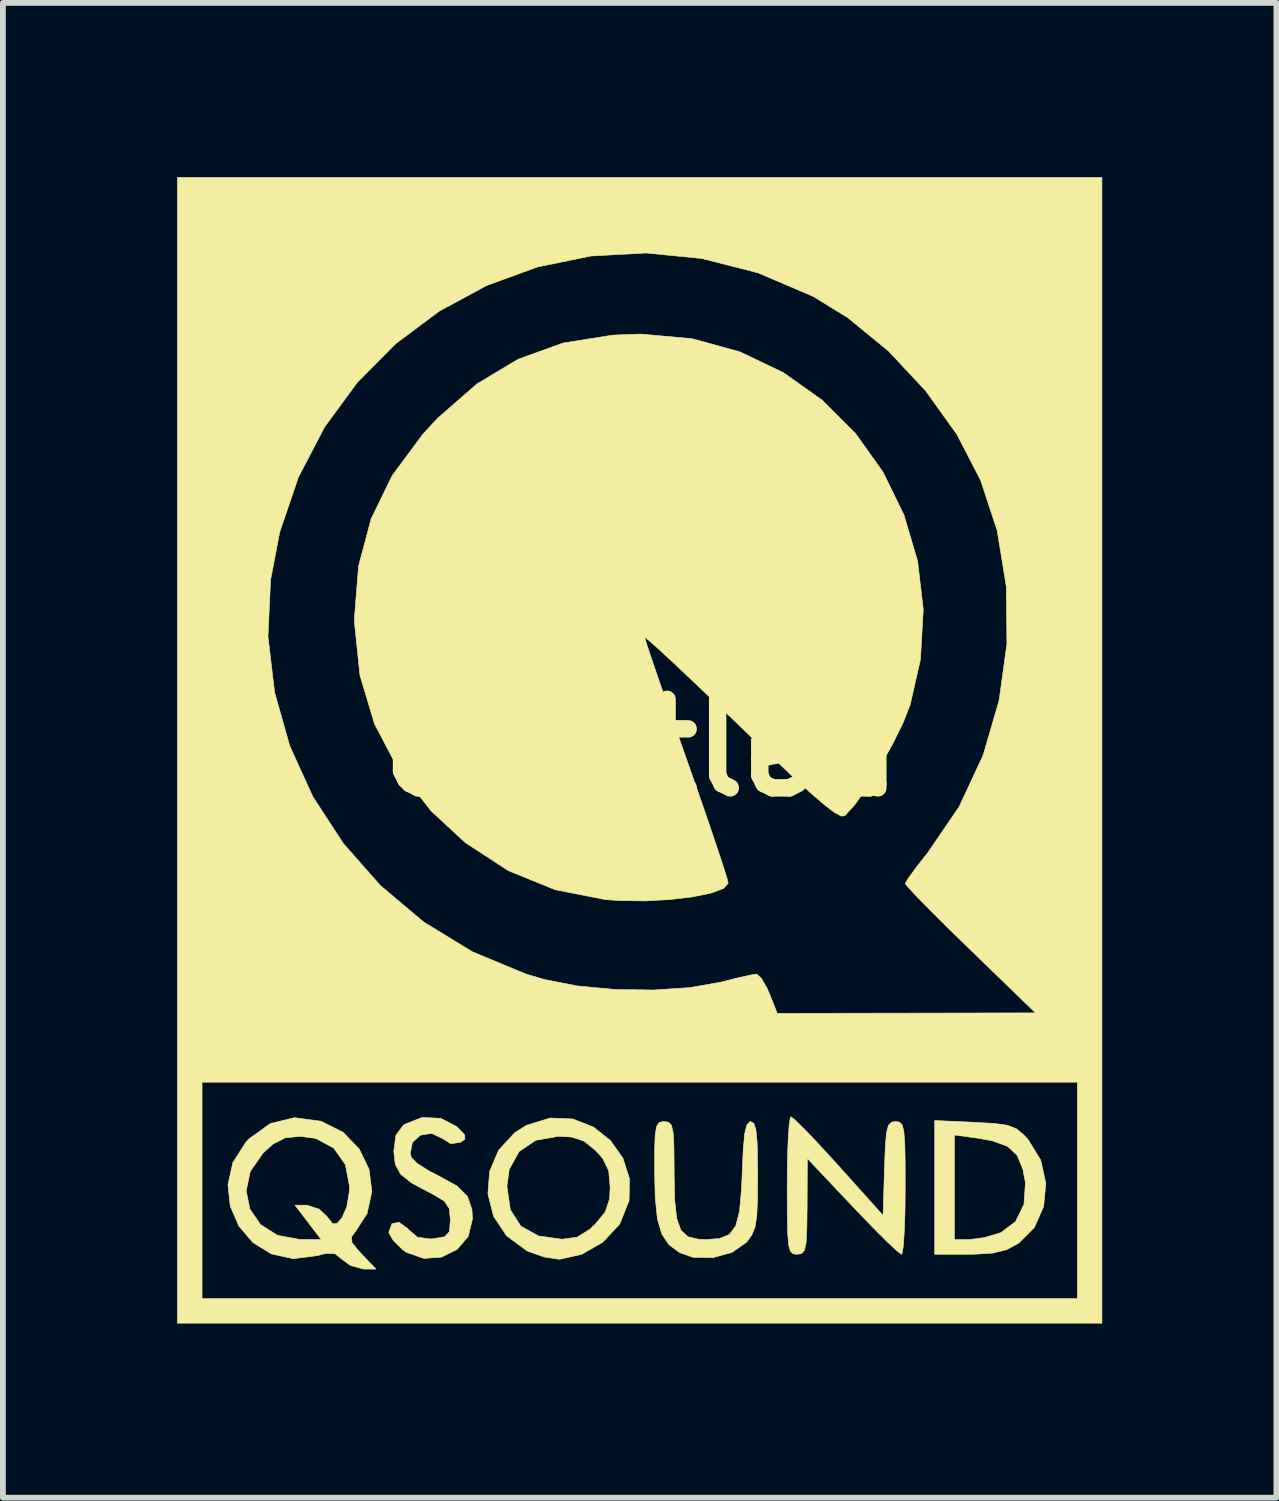
<source format=kicad_pcb>
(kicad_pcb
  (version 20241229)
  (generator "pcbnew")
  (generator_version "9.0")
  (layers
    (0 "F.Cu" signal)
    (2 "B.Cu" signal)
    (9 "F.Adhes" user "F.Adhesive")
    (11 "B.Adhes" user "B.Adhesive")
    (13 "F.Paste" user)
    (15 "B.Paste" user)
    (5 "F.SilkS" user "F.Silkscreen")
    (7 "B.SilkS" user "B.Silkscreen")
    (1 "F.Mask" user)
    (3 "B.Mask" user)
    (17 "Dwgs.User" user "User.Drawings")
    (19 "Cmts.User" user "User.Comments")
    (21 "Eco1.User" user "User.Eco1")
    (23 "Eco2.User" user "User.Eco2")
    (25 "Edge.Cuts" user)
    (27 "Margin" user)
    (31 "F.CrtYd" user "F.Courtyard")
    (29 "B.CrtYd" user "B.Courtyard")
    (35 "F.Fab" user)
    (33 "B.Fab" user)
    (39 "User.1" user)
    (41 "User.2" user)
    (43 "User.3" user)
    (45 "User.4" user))
  (footprint "Untitled"
    (layer "F.Cu")
    (at 7.964 9.826)
    (property "Reference" "Untitled" (at 0 0 0) (layer "F.SilkS") (effects (font (size 1.524 1.524) (thickness 0.3))))
    (attr through_hole)
    (fp_poly (pts (xy 5.765 6.448) (xy 6.112 6.468) (xy 6.336 6.5) (xy 6.487 6.56) (xy 6.611 6.662) (xy 6.688 6.745) (xy 6.905 7.098) (xy 6.993 7.497) (xy 6.956 7.897) (xy 6.797 8.257) (xy 6.528 8.527) (xy 6.32 8.64) (xy 6.082 8.7) (xy 5.752 8.72) (xy 5.66 8.721) (xy 5.08 8.721) (xy 5.08 8.467) (xy 5.419 8.467) (xy 5.675 8.467) (xy 5.936 8.433) (xy 6.211 8.35) (xy 6.221 8.346) (xy 6.473 8.156) (xy 6.617 7.859) (xy 6.642 7.489) (xy 6.599 7.258) (xy 6.499 7.017) (xy 6.335 6.862) (xy 6.068 6.765) (xy 5.803 6.718) (xy 5.419 6.666) (xy 5.419 8.467) (xy 5.08 8.467) (xy 5.08 6.417) (xy 5.765 6.448)) (stroke (width 0.01) (type solid)) (fill yes) (layer "F.SilkS"))
    (fp_poly (pts (xy -1.151 6.391) (xy -0.798 6.528) (xy -0.504 6.761) (xy -0.289 7.066) (xy -0.175 7.42) (xy -0.183 7.799) (xy -0.336 8.182) (xy -0.362 8.221) (xy -0.64 8.515) (xy -0.999 8.721) (xy -1.375 8.805) (xy -1.397 8.805) (xy -1.647 8.766) (xy -1.919 8.67) (xy -1.946 8.657) (xy -2.294 8.4) (xy -2.516 8.064) (xy -2.613 7.683) (xy -2.603 7.552) (xy -2.286 7.552) (xy -2.227 7.953) (xy -2.047 8.236) (xy -1.744 8.404) (xy -1.34 8.461) (xy -1.079 8.426) (xy -0.853 8.286) (xy -0.769 8.206) (xy -0.593 7.993) (xy -0.519 7.769) (xy -0.508 7.565) (xy -0.534 7.279) (xy -0.637 7.069) (xy -0.755 6.936) (xy -0.957 6.772) (xy -1.176 6.701) (xy -1.397 6.689) (xy -1.789 6.757) (xy -2.077 6.952) (xy -2.247 7.26) (xy -2.286 7.552) (xy -2.603 7.552) (xy -2.584 7.294) (xy -2.429 6.929) (xy -2.149 6.625) (xy -1.946 6.498) (xy -1.541 6.374) (xy -1.151 6.391)) (stroke (width 0.01) (type solid)) (fill yes) (layer "F.SilkS"))
    (fp_poly (pts (xy 1.967 6.467) (xy 2.002 6.582) (xy 2.023 6.804) (xy 2.031 7.159) (xy 2.032 7.361) (xy 2.029 7.777) (xy 2.016 8.061) (xy 1.986 8.251) (xy 1.933 8.384) (xy 1.851 8.499) (xy 1.839 8.513) (xy 1.59 8.688) (xy 1.26 8.778) (xy 0.919 8.773) (xy 0.687 8.692) (xy 0.506 8.557) (xy 0.383 8.376) (xy 0.306 8.118) (xy 0.268 7.752) (xy 0.257 7.303) (xy 0.258 6.912) (xy 0.267 6.66) (xy 0.292 6.516) (xy 0.336 6.452) (xy 0.407 6.435) (xy 0.423 6.435) (xy 0.499 6.446) (xy 0.548 6.5) (xy 0.576 6.626) (xy 0.589 6.854) (xy 0.593 7.216) (xy 0.593 7.318) (xy 0.602 7.783) (xy 0.638 8.105) (xy 0.711 8.309) (xy 0.835 8.42) (xy 1.021 8.463) (xy 1.133 8.467) (xy 1.375 8.449) (xy 1.544 8.38) (xy 1.654 8.232) (xy 1.719 7.981) (xy 1.753 7.601) (xy 1.765 7.331) (xy 1.783 6.914) (xy 1.808 6.643) (xy 1.846 6.492) (xy 1.898 6.436) (xy 1.913 6.435) (xy 1.967 6.467)) (stroke (width 0.01) (type solid)) (fill yes) (layer "F.SilkS"))
    (fp_poly (pts (xy 2.68 6.412) (xy 2.847 6.576) (xy 3.079 6.821) (xy 3.356 7.122) (xy 3.429 7.203) (xy 4.191 8.052) (xy 4.215 7.243) (xy 4.229 6.867) (xy 4.249 6.63) (xy 4.283 6.499) (xy 4.337 6.445) (xy 4.406 6.435) (xy 4.473 6.444) (xy 4.519 6.491) (xy 4.548 6.601) (xy 4.564 6.801) (xy 4.571 7.118) (xy 4.572 7.578) (xy 4.572 7.578) (xy 4.568 7.995) (xy 4.555 8.345) (xy 4.537 8.595) (xy 4.515 8.715) (xy 4.508 8.721) (xy 4.43 8.662) (xy 4.26 8.503) (xy 4.021 8.264) (xy 3.737 7.97) (xy 3.666 7.895) (xy 2.887 7.07) (xy 2.883 7.895) (xy 2.878 8.275) (xy 2.866 8.516) (xy 2.838 8.65) (xy 2.788 8.708) (xy 2.711 8.721) (xy 2.709 8.721) (xy 2.642 8.712) (xy 2.596 8.668) (xy 2.566 8.563) (xy 2.549 8.372) (xy 2.542 8.067) (xy 2.54 7.623) (xy 2.54 7.535) (xy 2.544 7.11) (xy 2.556 6.752) (xy 2.574 6.492) (xy 2.595 6.362) (xy 2.603 6.352) (xy 2.68 6.412)) (stroke (width 0.01) (type solid)) (fill yes) (layer "F.SilkS"))
    (fp_poly (pts (xy -3.426 6.379) (xy -3.149 6.522) (xy -3.139 6.532) (xy -3.014 6.663) (xy -3.009 6.738) (xy -3.087 6.793) (xy -3.253 6.816) (xy -3.387 6.731) (xy -3.582 6.638) (xy -3.774 6.669) (xy -3.913 6.793) (xy -3.95 6.982) (xy -3.93 7.057) (xy -3.833 7.155) (xy -3.632 7.283) (xy -3.461 7.371) (xy -3.146 7.544) (xy -2.965 7.724) (xy -2.888 7.949) (xy -2.879 8.113) (xy -2.952 8.412) (xy -3.143 8.636) (xy -3.412 8.769) (xy -3.716 8.792) (xy -4.015 8.687) (xy -4.085 8.638) (xy -4.242 8.483) (xy -4.317 8.35) (xy -4.318 8.339) (xy -4.265 8.192) (xy -4.141 8.17) (xy -3.993 8.28) (xy -3.984 8.292) (xy -3.825 8.427) (xy -3.601 8.456) (xy -3.551 8.452) (xy -3.355 8.418) (xy -3.275 8.329) (xy -3.26 8.128) (xy -3.26 8.128) (xy -3.278 7.933) (xy -3.362 7.806) (xy -3.555 7.689) (xy -3.608 7.662) (xy -3.927 7.492) (xy -4.117 7.341) (xy -4.208 7.173) (xy -4.233 6.951) (xy -4.233 6.937) (xy -4.197 6.67) (xy -4.07 6.5) (xy -4.045 6.482) (xy -3.747 6.364) (xy -3.426 6.379)) (stroke (width 0.01) (type solid)) (fill yes) (layer "F.SilkS"))
    (fp_poly (pts (xy -5.486 6.43) (xy -5.485 6.43) (xy -5.108 6.619) (xy -4.829 6.907) (xy -4.659 7.26) (xy -4.611 7.642) (xy -4.694 8.019) (xy -4.884 8.314) (xy -4.963 8.423) (xy -4.953 8.521) (xy -4.838 8.663) (xy -4.782 8.722) (xy -4.54 8.975) (xy -4.755 8.975) (xy -4.979 8.913) (xy -5.114 8.815) (xy -5.243 8.712) (xy -5.4 8.705) (xy -5.541 8.741) (xy -5.964 8.797) (xy -6.342 8.714) (xy -6.66 8.517) (xy -6.901 8.235) (xy -7.049 7.893) (xy -7.078 7.626) (xy -6.775 7.626) (xy -6.712 7.942) (xy -6.528 8.209) (xy -6.237 8.394) (xy -5.853 8.465) (xy -5.853 8.465) (xy -5.483 8.467) (xy -5.709 8.17) (xy -5.935 7.874) (xy -5.73 7.874) (xy -5.52 7.943) (xy -5.389 8.065) (xy -5.285 8.194) (xy -5.211 8.191) (xy -5.125 8.091) (xy -5.043 7.904) (xy -4.998 7.638) (xy -4.995 7.555) (xy -5.067 7.176) (xy -5.268 6.892) (xy -5.576 6.725) (xy -5.844 6.689) (xy -6.103 6.715) (xy -6.309 6.819) (xy -6.485 6.977) (xy -6.705 7.293) (xy -6.775 7.626) (xy -7.078 7.626) (xy -7.089 7.52) (xy -7.005 7.143) (xy -6.779 6.788) (xy -6.728 6.734) (xy -6.359 6.469) (xy -5.945 6.368) (xy -5.486 6.43)) (stroke (width 0.01) (type solid)) (fill yes) (layer "F.SilkS"))
    (fp_poly (pts (xy 0.9 -7.045) (xy 1.721 -6.82) (xy 2.471 -6.462) (xy 3.141 -5.987) (xy 3.718 -5.41) (xy 4.191 -4.746) (xy 4.55 -4.01) (xy 4.785 -3.217) (xy 4.883 -2.382) (xy 4.834 -1.52) (xy 4.658 -0.745) (xy 4.54 -0.441) (xy 4.359 -0.073) (xy 4.142 0.316) (xy 3.915 0.682) (xy 3.703 0.981) (xy 3.533 1.169) (xy 3.532 1.17) (xy 3.471 1.175) (xy 3.36 1.117) (xy 3.187 0.986) (xy 2.939 0.773) (xy 2.606 0.467) (xy 2.175 0.058) (xy 1.752 -0.349) (xy 1.316 -0.768) (xy 0.923 -1.142) (xy 0.588 -1.458) (xy 0.327 -1.7) (xy 0.154 -1.853) (xy 0.085 -1.905) (xy 0.085 -1.904) (xy 0.112 -1.811) (xy 0.188 -1.582) (xy 0.306 -1.236) (xy 0.458 -0.797) (xy 0.637 -0.286) (xy 0.804 0.189) (xy 1 0.747) (xy 1.176 1.255) (xy 1.323 1.69) (xy 1.436 2.03) (xy 1.505 2.252) (xy 1.524 2.331) (xy 1.445 2.421) (xy 1.229 2.501) (xy 0.91 2.566) (xy 0.521 2.613) (xy 0.094 2.636) (xy -0.338 2.631) (xy -0.593 2.613) (xy -1.456 2.443) (xy -2.262 2.115) (xy -3.003 1.632) (xy -3.591 1.087) (xy -4.159 0.363) (xy -4.567 -0.415) (xy -4.817 -1.252) (xy -4.91 -2.153) (xy -4.911 -2.244) (xy -4.84 -3.129) (xy -4.625 -3.94) (xy -4.258 -4.692) (xy -3.732 -5.402) (xy -3.471 -5.682) (xy -2.802 -6.266) (xy -2.09 -6.692) (xy -1.318 -6.97) (xy -0.465 -7.106) (xy 0.019 -7.124) (xy 0.9 -7.045)) (stroke (width 0.01) (type solid)) (fill yes) (layer "F.SilkS"))
    (fp_poly (pts (xy 7.959 9.906) (xy -7.959 9.906) (xy -7.959 5.757) (xy -7.535 5.757) (xy -7.535 9.483) (xy 7.535 9.483) (xy 7.535 5.757) (xy -7.535 5.757) (xy -7.959 5.757) (xy -7.959 -1.916) (xy -6.4 -1.916) (xy -6.286 -0.956) (xy -6.025 -0.032) (xy -5.627 0.842) (xy -5.102 1.648) (xy -4.463 2.373) (xy -3.719 2.999) (xy -2.882 3.511) (xy -1.962 3.894) (xy -1.633 3.991) (xy -1.072 4.1) (xy -0.428 4.16) (xy 0.239 4.17) (xy 0.867 4.128) (xy 1.397 4.035) (xy 1.409 4.032) (xy 1.693 3.96) (xy 1.914 3.911) (xy 2.014 3.895) (xy 2.094 3.966) (xy 2.196 4.145) (xy 2.234 4.233) (xy 2.369 4.572) (xy 4.592 4.568) (xy 6.816 4.564) (xy 5.694 3.477) (xy 5.339 3.131) (xy 5.03 2.824) (xy 4.786 2.576) (xy 4.627 2.407) (xy 4.572 2.337) (xy 4.622 2.25) (xy 4.753 2.07) (xy 4.937 1.835) (xy 4.955 1.814) (xy 5.501 1.013) (xy 5.913 0.129) (xy 6.188 -0.814) (xy 6.323 -1.79) (xy 6.313 -2.774) (xy 6.155 -3.741) (xy 5.869 -4.61) (xy 5.462 -5.396) (xy 4.923 -6.148) (xy 4.286 -6.83) (xy 3.583 -7.406) (xy 2.986 -7.773) (xy 2.035 -8.179) (xy 1.071 -8.425) (xy 0.109 -8.52) (xy -0.839 -8.468) (xy -1.758 -8.28) (xy -2.634 -7.96) (xy -3.452 -7.518) (xy -4.2 -6.959) (xy -4.862 -6.292) (xy -5.425 -5.524) (xy -5.875 -4.662) (xy -6.198 -3.714) (xy -6.355 -2.894) (xy -6.4 -1.916) (xy -7.959 -1.916) (xy -7.959 -9.821) (xy 7.959 -9.821) (xy 7.959 9.906)) (stroke (width 0.01) (type solid)) (fill yes) (layer "F.SilkS")))
  (gr_rect
    (start -3 -3)
    (end 18.927 22.737)
    (stroke (width 0.1) (type default))
    (fill no)
    (layer "Edge.Cuts")))
</source>
